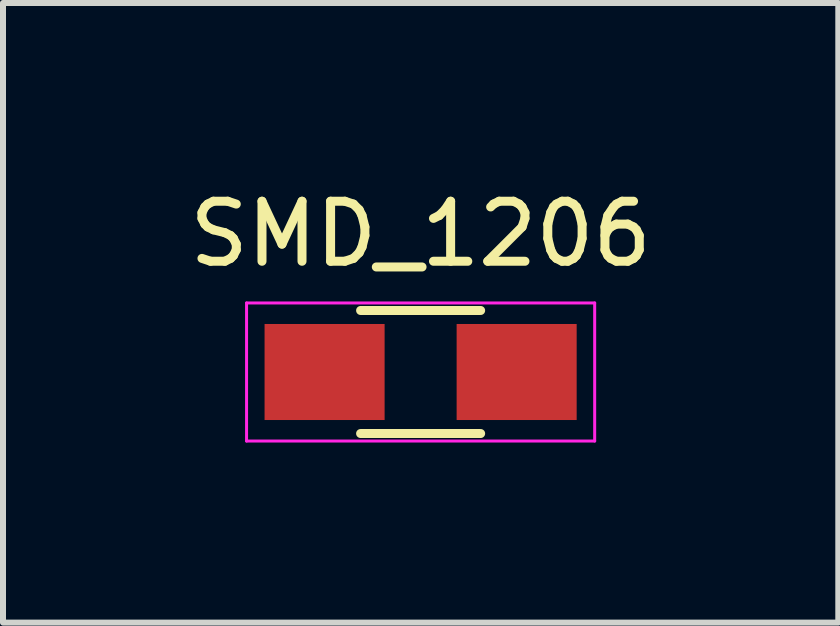
<source format=kicad_pcb>
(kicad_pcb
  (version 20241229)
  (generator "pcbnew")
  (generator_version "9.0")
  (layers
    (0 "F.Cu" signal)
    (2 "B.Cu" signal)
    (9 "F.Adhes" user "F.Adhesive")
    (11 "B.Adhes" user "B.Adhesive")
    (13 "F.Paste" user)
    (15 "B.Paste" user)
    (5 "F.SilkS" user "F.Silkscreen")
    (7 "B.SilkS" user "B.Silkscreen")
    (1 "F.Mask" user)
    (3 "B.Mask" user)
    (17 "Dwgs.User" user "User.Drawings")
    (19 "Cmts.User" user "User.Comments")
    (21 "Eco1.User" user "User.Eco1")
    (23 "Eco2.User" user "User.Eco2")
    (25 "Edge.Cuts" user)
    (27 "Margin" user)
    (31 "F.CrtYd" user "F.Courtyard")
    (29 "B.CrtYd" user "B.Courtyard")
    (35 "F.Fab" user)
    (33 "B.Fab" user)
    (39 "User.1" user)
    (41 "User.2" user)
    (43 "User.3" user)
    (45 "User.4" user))
  (footprint "SMD_1206"
    (layer "F.Cu")
    (at 3.958 3.148)
    (property "Reference" "SMD_1206" (at 0 -2.3 0) (layer "F.SilkS") (effects (font (size 1 1) (thickness 0.15))))
    (attr smd)
    (fp_line (start -1 1.025) (end 1 1.025) (stroke (width 0.15) (type solid)) (layer "F.SilkS"))
    (fp_line (start 1 -1.025) (end -1 -1.025) (stroke (width 0.15) (type solid)) (layer "F.SilkS"))
    (fp_line (start -2.9 -1.15) (end -2.9 1.15) (stroke (width 0.05) (type solid)) (layer "F.CrtYd"))
    (fp_line (start -2.9 -1.15) (end 2.9 -1.15) (stroke (width 0.05) (type solid)) (layer "F.CrtYd"))
    (fp_line (start -2.9 1.15) (end 2.9 1.15) (stroke (width 0.05) (type solid)) (layer "F.CrtYd"))
    (fp_line (start 2.9 -1.15) (end 2.9 1.15) (stroke (width 0.05) (type solid)) (layer "F.CrtYd"))
    (pad "1" smd rect (at -1.6 0) (size 2 1.6) (layers "F.Cu" "F.Mask" "F.Paste"))
    (pad "2" smd rect (at 1.6 0) (size 2 1.6) (layers "F.Cu" "F.Mask" "F.Paste")))
  (gr_rect
    (start -3 -3)
    (end 10.917 7.323)
    (stroke (width 0.1) (type default))
    (fill no)
    (layer "Edge.Cuts")))
</source>
